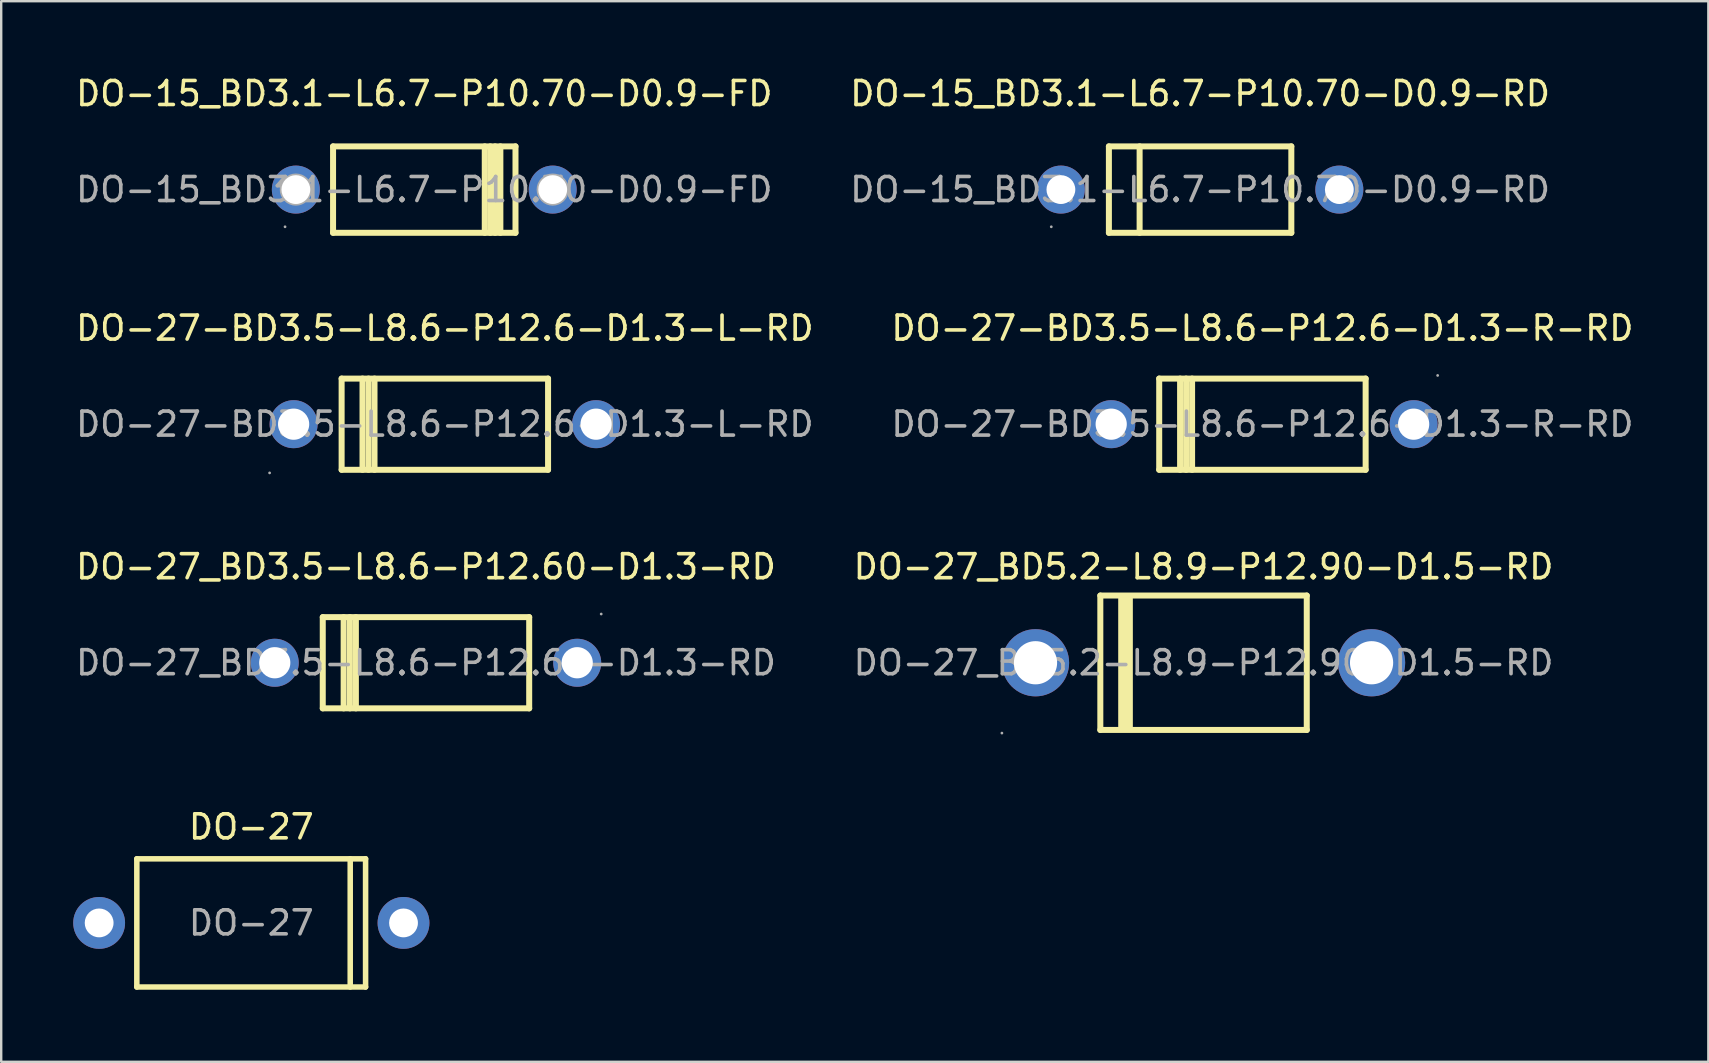
<source format=kicad_pcb>
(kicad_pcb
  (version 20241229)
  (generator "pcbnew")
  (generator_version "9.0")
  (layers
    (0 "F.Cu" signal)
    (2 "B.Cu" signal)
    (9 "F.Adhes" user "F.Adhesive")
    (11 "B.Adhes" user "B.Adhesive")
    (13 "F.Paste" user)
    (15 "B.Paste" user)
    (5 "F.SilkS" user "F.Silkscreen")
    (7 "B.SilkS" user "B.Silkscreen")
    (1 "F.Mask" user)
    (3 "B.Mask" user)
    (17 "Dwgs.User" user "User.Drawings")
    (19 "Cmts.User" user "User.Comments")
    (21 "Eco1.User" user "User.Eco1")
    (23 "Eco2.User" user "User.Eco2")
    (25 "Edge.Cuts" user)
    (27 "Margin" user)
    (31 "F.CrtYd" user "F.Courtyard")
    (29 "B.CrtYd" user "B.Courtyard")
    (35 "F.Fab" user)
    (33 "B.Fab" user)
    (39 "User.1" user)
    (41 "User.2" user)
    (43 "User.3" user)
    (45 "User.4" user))
  (footprint "DO-27_BD3.5-L8.6-P12.60-D1.3-RD"
    (layer "F.Cu")
    (at 14.696 24.56)
    (property "Reference" "DO-27_BD3.5-L8.6-P12.60-D1.3-RD" (at 0 -4 0) (layer "F.SilkS") (effects (font (size 1 1) (thickness 0.15))))
    (attr through_hole)
    (fp_line (start -4.3 -1.9) (end 4.3 -1.9) (stroke (width 0.25) (type solid)) (layer "F.SilkS"))
    (fp_line (start -4.3 1.9) (end -4.3 -1.9) (stroke (width 0.25) (type solid)) (layer "F.SilkS"))
    (fp_line (start -3.43 1.9) (end -3.43 -1.9) (stroke (width 0.25) (type solid)) (layer "F.SilkS"))
    (fp_line (start -3.17 1.9) (end -3.17 -1.9) (stroke (width 0.25) (type solid)) (layer "F.SilkS"))
    (fp_line (start -2.92 1.9) (end -2.92 -1.9) (stroke (width 0.25) (type solid)) (layer "F.SilkS"))
    (fp_line (start 4.3 -1.9) (end 4.3 1.9) (stroke (width 0.25) (type solid)) (layer "F.SilkS"))
    (fp_line (start 4.3 1.9) (end -4.3 1.9) (stroke (width 0.25) (type solid)) (layer "F.SilkS"))
    (fp_circle (center -6.3 0) (end -6.02 0) (stroke (width 0.55) (type solid)) (fill no) (layer "F.Fab"))
    (fp_circle (center 6.3 0) (end 6.58 0) (stroke (width 0.55) (type solid)) (fill no) (layer "F.Fab"))
    (fp_circle (center 7.3 -2.03) (end 7.33 -2.03) (stroke (width 0.06) (type solid)) (fill no) (layer "F.Fab"))
    (fp_text user "${REFERENCE}" (at 0 0 0) (layer "F.Fab") (effects (font (size 1 1) (thickness 0.15))))
    (pad "1" thru_hole circle (at 6.3 0 180) (size 2 2) (drill 1.3) (layers "*.Cu" "*.Paste" "*.Mask"))
    (pad "2" thru_hole circle (at -6.3 0 180) (size 2 2) (drill 1.3) (layers "*.Cu" "*.Paste" "*.Mask")))
  (footprint "DO-27-BD3.5-L8.6-P12.6-D1.3-R-RD"
    (layer "F.Cu")
    (at 49.542 14.621)
    (property "Reference" "DO-27-BD3.5-L8.6-P12.6-D1.3-R-RD" (at 0 -4 0) (layer "F.SilkS") (effects (font (size 1 1) (thickness 0.15))))
    (attr through_hole)
    (fp_line (start -4.3 -1.9) (end 4.3 -1.9) (stroke (width 0.25) (type solid)) (layer "F.SilkS"))
    (fp_line (start -4.3 1.9) (end -4.3 -1.9) (stroke (width 0.25) (type solid)) (layer "F.SilkS"))
    (fp_line (start -3.43 1.9) (end -3.43 -1.9) (stroke (width 0.25) (type solid)) (layer "F.SilkS"))
    (fp_line (start -3.18 1.9) (end -3.18 -1.9) (stroke (width 0.25) (type solid)) (layer "F.SilkS"))
    (fp_line (start -2.93 1.9) (end -2.93 -1.9) (stroke (width 0.25) (type solid)) (layer "F.SilkS"))
    (fp_line (start 4.3 -1.9) (end 4.3 1.9) (stroke (width 0.25) (type solid)) (layer "F.SilkS"))
    (fp_line (start 4.3 1.9) (end -4.3 1.9) (stroke (width 0.25) (type solid)) (layer "F.SilkS"))
    (fp_circle (center -6.3 0) (end -6.02 0) (stroke (width 0.55) (type solid)) (fill no) (layer "F.Fab"))
    (fp_circle (center 6.3 0) (end 6.58 0) (stroke (width 0.55) (type solid)) (fill no) (layer "F.Fab"))
    (fp_circle (center 7.3 -2.03) (end 7.33 -2.03) (stroke (width 0.06) (type solid)) (fill no) (layer "F.Fab"))
    (fp_text user "${REFERENCE}" (at 0 0 0) (layer "F.Fab") (effects (font (size 1 1) (thickness 0.15))))
    (pad "1" thru_hole circle (at 6.3 0 180) (size 2 2) (drill 1.3) (layers "*.Cu" "*.Paste" "*.Mask"))
    (pad "2" thru_hole circle (at -6.3 0 180) (size 2 2) (drill 1.3) (layers "*.Cu" "*.Paste" "*.Mask")))
  (footprint "DO-15_BD3.1-L6.7-P10.70-D0.9-FD"
    (layer "F.Cu")
    (at 14.625 4.848)
    (property "Reference" "DO-15_BD3.1-L6.7-P10.70-D0.9-FD" (at 0 -4 0) (layer "F.SilkS") (effects (font (size 1 1) (thickness 0.15))))
    (attr through_hole)
    (fp_line (start -3.8 1.8) (end -3.8 -1.8) (stroke (width 0.25) (type solid)) (layer "F.SilkS"))
    (fp_line (start 2.52 1.8) (end 2.52 -1.8) (stroke (width 0.25) (type solid)) (layer "F.SilkS"))
    (fp_line (start 2.75 1.8) (end 2.75 -1.8) (stroke (width 0.25) (type solid)) (layer "F.SilkS"))
    (fp_line (start 2.95 -1.8) (end 2.95 1.8) (stroke (width 0.25) (type solid)) (layer "F.SilkS"))
    (fp_line (start 3.17 -1.8) (end 3.17 1.8) (stroke (width 0.25) (type solid)) (layer "F.SilkS"))
    (fp_line (start 3.8 -1.8) (end -3.8 -1.8) (stroke (width 0.25) (type solid)) (layer "F.SilkS"))
    (fp_line (start 3.8 1.8) (end -3.8 1.8) (stroke (width 0.25) (type solid)) (layer "F.SilkS"))
    (fp_line (start 3.8 1.8) (end 3.8 -1.8) (stroke (width 0.25) (type solid)) (layer "F.SilkS"))
    (fp_circle (center -5.8 1.55) (end -5.77 1.55) (stroke (width 0.06) (type solid)) (fill no) (layer "F.Fab"))
    (fp_circle (center -5.35 0) (end -5.13 0) (stroke (width 0.45) (type solid)) (fill no) (layer "F.Fab"))
    (fp_circle (center 5.35 0) (end 5.57 0) (stroke (width 0.45) (type solid)) (fill no) (layer "F.Fab"))
    (fp_text user "${REFERENCE}" (at 0 0 0) (layer "F.Fab") (effects (font (size 1 1) (thickness 0.15))))
    (pad "1" thru_hole circle (at -5.35 0 180) (size 2 2) (drill 1.2) (layers "*.Cu" "*.Paste" "*.Mask"))
    (pad "2" thru_hole circle (at 5.35 0 180) (size 2 2) (drill 1.2) (layers "*.Cu" "*.Paste" "*.Mask")))
  (footprint "DO-27-BD3.5-L8.6-P12.6-D1.3-L-RD"
    (layer "F.Cu")
    (at 15.482 14.621)
    (property "Reference" "DO-27-BD3.5-L8.6-P12.6-D1.3-L-RD" (at 0 -4 0) (layer "F.SilkS") (effects (font (size 1 1) (thickness 0.15))))
    (attr through_hole)
    (fp_line (start -4.3 -1.9) (end 4.3 -1.9) (stroke (width 0.25) (type solid)) (layer "F.SilkS"))
    (fp_line (start -4.3 1.9) (end -4.3 -1.9) (stroke (width 0.25) (type solid)) (layer "F.SilkS"))
    (fp_line (start -3.43 1.9) (end -3.43 -1.9) (stroke (width 0.25) (type solid)) (layer "F.SilkS"))
    (fp_line (start -3.18 1.9) (end -3.18 -1.9) (stroke (width 0.25) (type solid)) (layer "F.SilkS"))
    (fp_line (start -2.93 1.9) (end -2.93 -1.9) (stroke (width 0.25) (type solid)) (layer "F.SilkS"))
    (fp_line (start 4.3 -1.9) (end 4.3 1.9) (stroke (width 0.25) (type solid)) (layer "F.SilkS"))
    (fp_line (start 4.3 1.9) (end -4.3 1.9) (stroke (width 0.25) (type solid)) (layer "F.SilkS"))
    (fp_circle (center -7.3 2.03) (end -7.27 2.03) (stroke (width 0.06) (type solid)) (fill no) (layer "F.Fab"))
    (fp_circle (center -6.3 0) (end -6.02 0) (stroke (width 0.55) (type solid)) (fill no) (layer "F.Fab"))
    (fp_circle (center 6.3 0) (end 6.58 0) (stroke (width 0.55) (type solid)) (fill no) (layer "F.Fab"))
    (fp_text user "${REFERENCE}" (at 0 0 0) (layer "F.Fab") (effects (font (size 1 1) (thickness 0.15))))
    (pad "1" thru_hole circle (at -6.3 0 180) (size 2 2) (drill 1.3) (layers "*.Cu" "*.Paste" "*.Mask"))
    (pad "2" thru_hole circle (at 6.3 0 180) (size 2 2) (drill 1.3) (layers "*.Cu" "*.Paste" "*.Mask")))
  (footprint "DO-15_BD3.1-L6.7-P10.70-D0.9-RD"
    (layer "F.Cu")
    (at 46.946 4.848)
    (property "Reference" "DO-15_BD3.1-L6.7-P10.70-D0.9-RD" (at 0 -4 0) (layer "F.SilkS") (effects (font (size 1 1) (thickness 0.15))))
    (attr through_hole)
    (fp_line (start -3.8 -1.8) (end -3.8 1.8) (stroke (width 0.25) (type solid)) (layer "F.SilkS"))
    (fp_line (start -3.8 -1.8) (end 3.8 -1.8) (stroke (width 0.25) (type solid)) (layer "F.SilkS"))
    (fp_line (start -3.8 1.8) (end 3.8 1.8) (stroke (width 0.25) (type solid)) (layer "F.SilkS"))
    (fp_line (start -2.52 -1.8) (end -2.52 1.8) (stroke (width 0.25) (type solid)) (layer "F.SilkS"))
    (fp_line (start 3.8 -1.8) (end 3.8 1.8) (stroke (width 0.25) (type solid)) (layer "F.SilkS"))
    (fp_circle (center -6.2 1.55) (end -6.17 1.55) (stroke (width 0.06) (type solid)) (fill no) (layer "F.Fab"))
    (fp_circle (center -5.8 0) (end -5.6 0) (stroke (width 0.4) (type solid)) (fill no) (layer "F.Fab"))
    (fp_circle (center 5.8 0) (end 6 0) (stroke (width 0.4) (type solid)) (fill no) (layer "F.Fab"))
    (fp_text user "${REFERENCE}" (at 0 0 0) (layer "F.Fab") (effects (font (size 1 1) (thickness 0.15))))
    (pad "1" thru_hole circle (at -5.8 0) (size 2 2) (drill 1.2) (layers "*.Cu" "*.Paste" "*.Mask"))
    (pad "2" thru_hole circle (at 5.8 0) (size 2 2) (drill 1.2) (layers "*.Cu" "*.Paste" "*.Mask")))
  (footprint "DO-27_BD5.2-L8.9-P12.90-D1.5-RD"
    (layer "F.Cu")
    (at 47.089 24.56)
    (property "Reference" "DO-27_BD5.2-L8.9-P12.90-D1.5-RD" (at 0 -4 0) (layer "F.SilkS") (effects (font (size 1 1) (thickness 0.15))))
    (attr through_hole)
    (fp_line (start -4.3 -2.8) (end -4.3 2.8) (stroke (width 0.25) (type solid)) (layer "F.SilkS"))
    (fp_line (start -4.3 -2.8) (end 4.3 -2.8) (stroke (width 0.25) (type solid)) (layer "F.SilkS"))
    (fp_line (start -4.3 2.8) (end 4.3 2.8) (stroke (width 0.25) (type solid)) (layer "F.SilkS"))
    (fp_line (start -3.44 2.66) (end -3.44 -2.67) (stroke (width 0.23) (type solid)) (layer "F.SilkS"))
    (fp_line (start -3.31 2.66) (end -3.31 -2.67) (stroke (width 0.23) (type solid)) (layer "F.SilkS"))
    (fp_line (start -3.18 2.66) (end -3.18 -2.67) (stroke (width 0.23) (type solid)) (layer "F.SilkS"))
    (fp_line (start -3.06 2.66) (end -3.06 -2.67) (stroke (width 0.23) (type solid)) (layer "F.SilkS"))
    (fp_line (start 4.3 -2.8) (end 4.3 2.8) (stroke (width 0.25) (type solid)) (layer "F.SilkS"))
    (fp_circle (center -8.4 2.93) (end -8.37 2.93) (stroke (width 0.06) (type solid)) (fill no) (layer "F.Fab"))
    (fp_circle (center -7 0) (end -6.6 0) (stroke (width 0.8) (type solid)) (fill no) (layer "F.Fab"))
    (fp_circle (center 7 0) (end 7.4 0) (stroke (width 0.8) (type solid)) (fill no) (layer "F.Fab"))
    (fp_text user "${REFERENCE}" (at 0 0 0) (layer "F.Fab") (effects (font (size 1 1) (thickness 0.15))))
    (pad "1" thru_hole circle (at -7 0 180) (size 2.8 2.8) (drill 1.8) (layers "*.Cu" "*.Paste" "*.Mask"))
    (pad "2" thru_hole circle (at 7 0 180) (size 2.8 2.8) (drill 1.8) (layers "*.Cu" "*.Paste" "*.Mask")))
  (footprint "DO-27"
    (layer "F.Cu")
    (at 7.42 35.398)
    (property "Reference" "DO-27" (at 0 -4 0) (layer "F.SilkS") (effects (font (size 1 1) (thickness 0.15))))
    (attr through_hole)
    (fp_line (start -4.77 -2.67) (end 4.76 -2.67) (stroke (width 0.23) (type solid)) (layer "F.SilkS"))
    (fp_line (start -4.77 2.67) (end -4.77 -2.67) (stroke (width 0.23) (type solid)) (layer "F.SilkS"))
    (fp_line (start 4.12 -2.67) (end 4.12 2.67) (stroke (width 0.23) (type solid)) (layer "F.SilkS"))
    (fp_line (start 4.76 -2.67) (end 4.76 2.67) (stroke (width 0.23) (type solid)) (layer "F.SilkS"))
    (fp_line (start 4.76 2.67) (end -4.77 2.67) (stroke (width 0.23) (type solid)) (layer "F.SilkS"))
    (fp_text user "${REFERENCE}" (at 0 0 0) (layer "F.Fab") (effects (font (size 1 1) (thickness 0.15))))
    (pad "1" thru_hole circle (at -6.34 0) (size 2.16 2.16) (drill 1.2) (layers "*.Cu" "*.Paste" "*.Mask"))
    (pad "2" thru_hole circle (at 6.34 0) (size 2.16 2.16) (drill 1.2) (layers "*.Cu" "*.Paste" "*.Mask")))
  (gr_rect
    (start -3 -3)
    (end 68.119 41.183)
    (stroke (width 0.1) (type default))
    (fill no)
    (layer "Edge.Cuts")))
</source>
